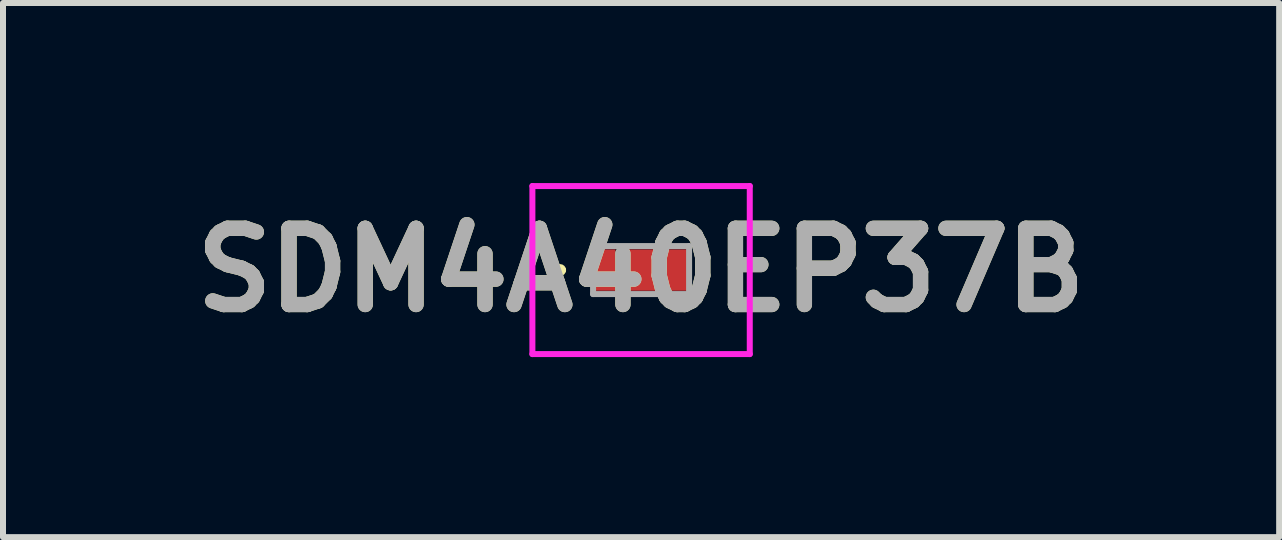
<source format=kicad_pcb>
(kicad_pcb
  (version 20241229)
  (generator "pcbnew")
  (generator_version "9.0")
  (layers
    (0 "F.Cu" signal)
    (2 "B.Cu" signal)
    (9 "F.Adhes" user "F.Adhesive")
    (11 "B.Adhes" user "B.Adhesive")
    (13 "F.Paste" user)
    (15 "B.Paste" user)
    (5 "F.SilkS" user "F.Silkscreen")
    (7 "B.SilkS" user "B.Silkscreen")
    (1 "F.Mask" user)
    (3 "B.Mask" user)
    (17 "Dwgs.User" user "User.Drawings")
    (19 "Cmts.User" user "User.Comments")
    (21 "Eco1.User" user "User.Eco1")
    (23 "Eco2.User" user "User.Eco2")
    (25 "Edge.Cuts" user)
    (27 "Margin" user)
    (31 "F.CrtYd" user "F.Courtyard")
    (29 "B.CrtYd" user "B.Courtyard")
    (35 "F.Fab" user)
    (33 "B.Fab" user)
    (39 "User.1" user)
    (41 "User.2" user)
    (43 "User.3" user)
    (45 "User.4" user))
  (footprint "SDM4A40EP37B"
    (layer "F.Cu")
    (at 7.632 1.45)
    (property "Reference" "SDM4A40EP37B" (at 0 0 0) (layer "F.SilkS") (effects (font (size 1.27 1.27) (thickness 0.254))))
    (attr smd)
    (fp_line (start -1.4 0) (end -1.4 0) (stroke (width 0.1) (type solid)) (layer "F.SilkS"))
    (fp_line (start -1.3 0) (end -1.3 0) (stroke (width 0.1) (type solid)) (layer "F.SilkS"))
    (fp_arc (start -1.4 0) (mid -1.35 -0.05) (end -1.3 0) (stroke (width 0.1) (type solid)) (layer "F.SilkS"))
    (fp_arc (start -1.3 0) (mid -1.35 0.05) (end -1.4 0) (stroke (width 0.1) (type solid)) (layer "F.SilkS"))
    (fp_line (start -1.811 -1.4) (end 1.811 -1.4) (stroke (width 0.1) (type solid)) (layer "F.CrtYd"))
    (fp_line (start -1.811 1.4) (end -1.811 -1.4) (stroke (width 0.1) (type solid)) (layer "F.CrtYd"))
    (fp_line (start 1.811 -1.4) (end 1.811 1.4) (stroke (width 0.1) (type solid)) (layer "F.CrtYd"))
    (fp_line (start 1.811 1.4) (end -1.811 1.4) (stroke (width 0.1) (type solid)) (layer "F.CrtYd"))
    (fp_line (start -0.8 -0.4) (end 0.8 -0.4) (stroke (width 0.1) (type solid)) (layer "F.Fab"))
    (fp_line (start -0.8 0.4) (end -0.8 -0.4) (stroke (width 0.1) (type solid)) (layer "F.Fab"))
    (fp_line (start 0.8 -0.4) (end 0.8 0.4) (stroke (width 0.1) (type solid)) (layer "F.Fab"))
    (fp_line (start 0.8 0.4) (end -0.8 0.4) (stroke (width 0.1) (type solid)) (layer "F.Fab"))
    (fp_text user "${REFERENCE}" (at 0 0 0) (layer "F.Fab") (effects (font (size 1.27 1.27) (thickness 0.254))))
    (pad "1" smd rect (at -0.618 0) (size 0.385 0.69) (layers "F.Cu" "F.Mask" "F.Paste"))
    (pad "2" smd rect (at 0.294 0 90) (size 0.69 1.035) (layers "F.Cu" "F.Mask" "F.Paste")))
  (gr_rect
    (start -3 -3)
    (end 18.264 5.9)
    (stroke (width 0.1) (type default))
    (fill no)
    (layer "Edge.Cuts")))
</source>
